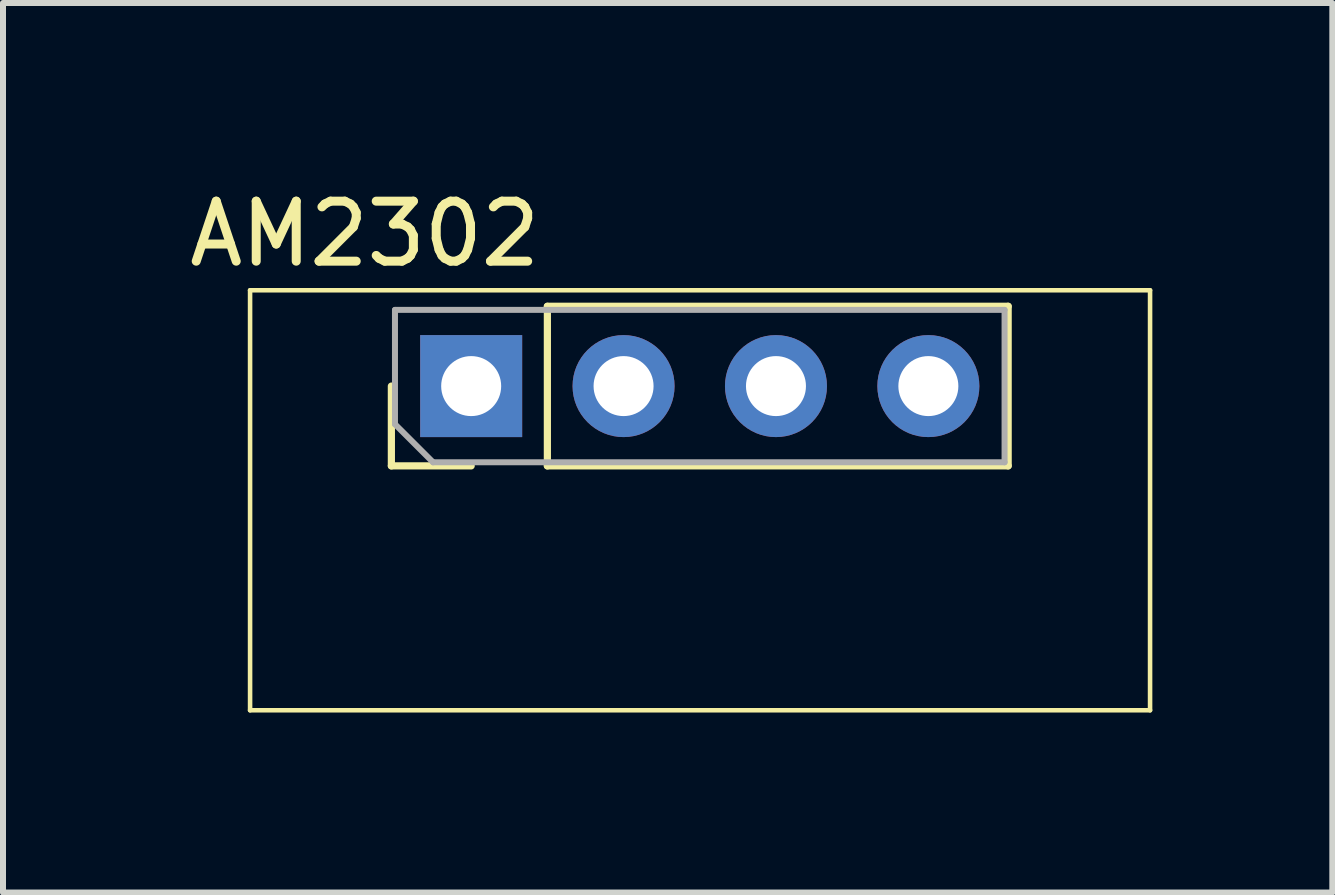
<source format=kicad_pcb>
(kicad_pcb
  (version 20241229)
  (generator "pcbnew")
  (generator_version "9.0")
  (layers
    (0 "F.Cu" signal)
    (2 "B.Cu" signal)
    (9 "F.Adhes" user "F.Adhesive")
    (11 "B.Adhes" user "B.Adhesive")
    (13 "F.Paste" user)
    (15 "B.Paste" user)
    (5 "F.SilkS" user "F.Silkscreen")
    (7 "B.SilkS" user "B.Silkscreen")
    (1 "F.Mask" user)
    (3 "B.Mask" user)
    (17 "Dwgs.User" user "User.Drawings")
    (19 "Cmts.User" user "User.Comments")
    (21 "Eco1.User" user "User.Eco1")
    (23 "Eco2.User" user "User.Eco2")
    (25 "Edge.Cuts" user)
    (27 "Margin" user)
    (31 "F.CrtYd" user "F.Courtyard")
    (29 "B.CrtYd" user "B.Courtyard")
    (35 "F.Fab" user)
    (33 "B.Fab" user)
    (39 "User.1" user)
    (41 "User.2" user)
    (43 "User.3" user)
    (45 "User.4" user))
  (footprint "AM2302"
    (layer "F.Cu")
    (at 8.618 3.388)
    (property "Reference" "AM2302" (at -5.588 -2.54 180) (layer "F.SilkS") (effects (font (size 1 1) (thickness 0.15))))
    (attr through_hole)
    (fp_line (start -7.5 -1.6) (end -7.5 5.4) (stroke (width 0.076) (type solid)) (layer "F.SilkS"))
    (fp_line (start -7.5 -1.6) (end 7.5 -1.6) (stroke (width 0.076) (type solid)) (layer "F.SilkS"))
    (fp_line (start -7.5 5.4) (end 7.5 5.4) (stroke (width 0.076) (type solid)) (layer "F.SilkS"))
    (fp_line (start -5.145 1.327) (end -5.145 -0.003) (stroke (width 0.12) (type solid)) (layer "F.SilkS"))
    (fp_line (start -3.815 1.327) (end -5.145 1.327) (stroke (width 0.12) (type solid)) (layer "F.SilkS"))
    (fp_line (start -2.545 -1.333) (end 5.135 -1.333) (stroke (width 0.12) (type solid)) (layer "F.SilkS"))
    (fp_line (start -2.545 1.327) (end -2.545 -1.333) (stroke (width 0.12) (type solid)) (layer "F.SilkS"))
    (fp_line (start -2.545 1.327) (end 5.135 1.327) (stroke (width 0.12) (type solid)) (layer "F.SilkS"))
    (fp_line (start 5.135 1.327) (end 5.135 -1.333) (stroke (width 0.12) (type solid)) (layer "F.SilkS"))
    (fp_line (start 7.5 -1.6) (end 7.5 5.4) (stroke (width 0.076) (type solid)) (layer "F.SilkS"))
    (fp_line (start -5.085 -1.273) (end 5.075 -1.273) (stroke (width 0.1) (type solid)) (layer "F.Fab"))
    (fp_line (start -5.085 0.632) (end -5.085 -1.273) (stroke (width 0.1) (type solid)) (layer "F.Fab"))
    (fp_line (start -4.45 1.267) (end -5.085 0.632) (stroke (width 0.1) (type solid)) (layer "F.Fab"))
    (fp_line (start 5.075 -1.273) (end 5.075 1.267) (stroke (width 0.1) (type solid)) (layer "F.Fab"))
    (fp_line (start 5.075 1.267) (end -4.45 1.267) (stroke (width 0.1) (type solid)) (layer "F.Fab"))
    (pad "1" thru_hole rect (at -3.815 -0.003 270) (size 1.7 1.7) (drill 1) (layers "*.Cu" "*.Mask"))
    (pad "2" thru_hole oval (at -1.275 -0.003 90) (size 1.7 1.7) (drill 1) (layers "*.Cu" "*.Mask"))
    (pad "3" thru_hole oval (at 1.265 -0.003 90) (size 1.7 1.7) (drill 1) (layers "*.Cu" "*.Mask"))
    (pad "4" thru_hole oval (at 3.805 -0.003 90) (size 1.7 1.7) (drill 1) (layers "*.Cu" "*.Mask")))
  (gr_rect
    (start -3 -3)
    (end 19.156 11.826)
    (stroke (width 0.1) (type default))
    (fill no)
    (layer "Edge.Cuts")))
</source>
